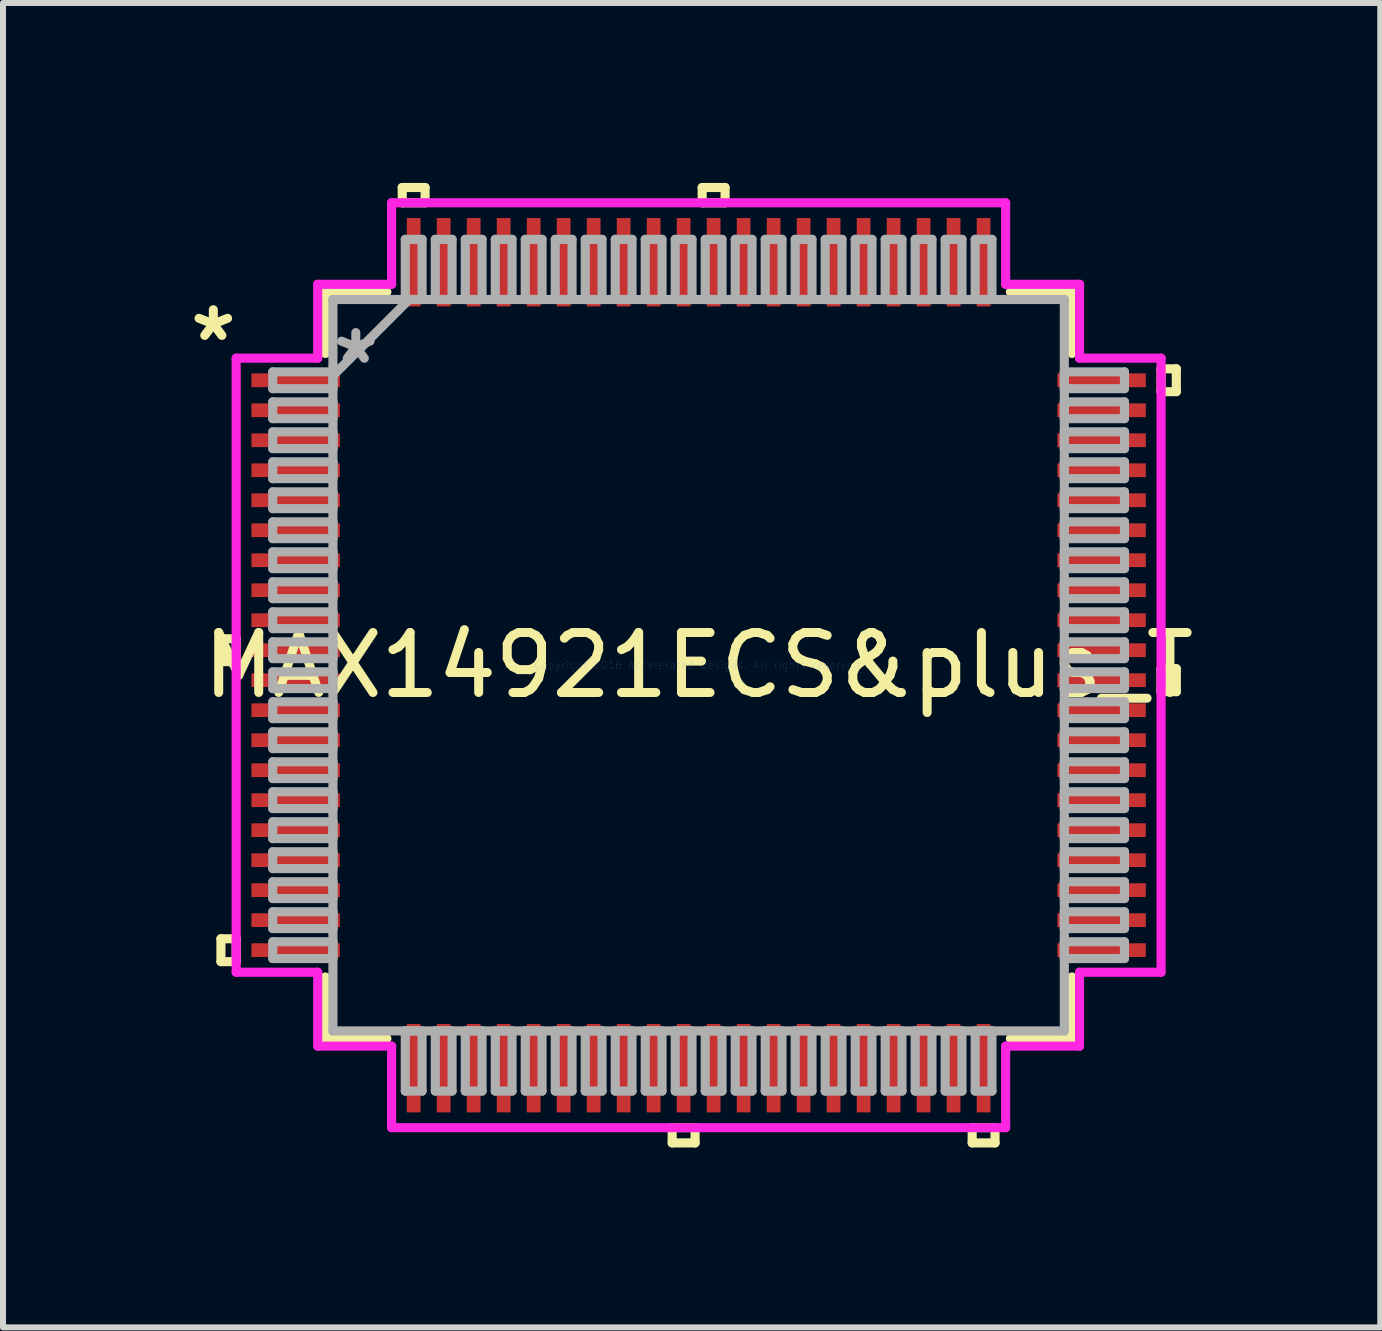
<source format=kicad_pcb>
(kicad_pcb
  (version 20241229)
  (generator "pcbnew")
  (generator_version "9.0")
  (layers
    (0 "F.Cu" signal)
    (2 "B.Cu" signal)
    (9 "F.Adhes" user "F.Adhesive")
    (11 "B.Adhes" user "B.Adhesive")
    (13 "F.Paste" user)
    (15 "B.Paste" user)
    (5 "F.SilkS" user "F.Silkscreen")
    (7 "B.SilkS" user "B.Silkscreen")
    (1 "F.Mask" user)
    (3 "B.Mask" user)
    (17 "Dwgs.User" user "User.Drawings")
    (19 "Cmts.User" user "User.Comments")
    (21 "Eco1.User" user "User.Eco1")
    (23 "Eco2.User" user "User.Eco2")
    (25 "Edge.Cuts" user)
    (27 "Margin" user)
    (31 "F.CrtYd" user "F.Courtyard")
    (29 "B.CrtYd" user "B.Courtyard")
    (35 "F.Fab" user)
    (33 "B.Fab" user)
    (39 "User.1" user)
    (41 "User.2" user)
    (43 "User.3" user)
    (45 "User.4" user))
  (footprint "MAX14921ECS&plus_T"
    (layer "F.Cu")
    (at 8.596 8.039)
    (property "Reference" "MAX14921ECS&plus_T" (at 0 0 0) (layer "F.SilkS") (effects (font (size 1 1) (thickness 0.15))))
    (attr through_hole)
    (fp_line (start -7.963 -0.441) (end -7.963 -0.059) (stroke (width 0.152) (type solid)) (layer "F.SilkS"))
    (fp_line (start -7.963 -0.059) (end -7.709 -0.059) (stroke (width 0.152) (type solid)) (layer "F.SilkS"))
    (fp_line (start -7.963 4.56) (end -7.963 4.941) (stroke (width 0.152) (type solid)) (layer "F.SilkS"))
    (fp_line (start -7.963 4.941) (end -7.709 4.941) (stroke (width 0.152) (type solid)) (layer "F.SilkS"))
    (fp_line (start -7.709 -0.441) (end -7.963 -0.441) (stroke (width 0.152) (type solid)) (layer "F.SilkS"))
    (fp_line (start -7.709 -0.059) (end -7.709 -0.441) (stroke (width 0.152) (type solid)) (layer "F.SilkS"))
    (fp_line (start -7.709 4.56) (end -7.963 4.56) (stroke (width 0.152) (type solid)) (layer "F.SilkS"))
    (fp_line (start -7.709 4.941) (end -7.709 4.56) (stroke (width 0.152) (type solid)) (layer "F.SilkS"))
    (fp_line (start -6.223 -6.223) (end -6.223 -5.197) (stroke (width 0.152) (type solid)) (layer "F.SilkS"))
    (fp_line (start -6.223 5.197) (end -6.223 6.223) (stroke (width 0.152) (type solid)) (layer "F.SilkS"))
    (fp_line (start -6.223 6.223) (end -5.197 6.223) (stroke (width 0.152) (type solid)) (layer "F.SilkS"))
    (fp_line (start -5.197 -6.223) (end -6.223 -6.223) (stroke (width 0.152) (type solid)) (layer "F.SilkS"))
    (fp_line (start -4.941 -7.963) (end -4.56 -7.963) (stroke (width 0.152) (type solid)) (layer "F.SilkS"))
    (fp_line (start -4.941 -7.709) (end -4.941 -7.963) (stroke (width 0.152) (type solid)) (layer "F.SilkS"))
    (fp_line (start -4.56 -7.963) (end -4.56 -7.709) (stroke (width 0.152) (type solid)) (layer "F.SilkS"))
    (fp_line (start -4.56 -7.709) (end -4.941 -7.709) (stroke (width 0.152) (type solid)) (layer "F.SilkS"))
    (fp_line (start -0.441 7.709) (end -0.441 7.963) (stroke (width 0.152) (type solid)) (layer "F.SilkS"))
    (fp_line (start -0.441 7.963) (end -0.059 7.963) (stroke (width 0.152) (type solid)) (layer "F.SilkS"))
    (fp_line (start -0.059 7.709) (end -0.441 7.709) (stroke (width 0.152) (type solid)) (layer "F.SilkS"))
    (fp_line (start -0.059 7.963) (end -0.059 7.709) (stroke (width 0.152) (type solid)) (layer "F.SilkS"))
    (fp_line (start 0.059 -7.963) (end 0.441 -7.963) (stroke (width 0.152) (type solid)) (layer "F.SilkS"))
    (fp_line (start 0.059 -7.709) (end 0.059 -7.963) (stroke (width 0.152) (type solid)) (layer "F.SilkS"))
    (fp_line (start 0.441 -7.963) (end 0.441 -7.709) (stroke (width 0.152) (type solid)) (layer "F.SilkS"))
    (fp_line (start 0.441 -7.709) (end 0.059 -7.709) (stroke (width 0.152) (type solid)) (layer "F.SilkS"))
    (fp_line (start 4.56 7.709) (end 4.56 7.963) (stroke (width 0.152) (type solid)) (layer "F.SilkS"))
    (fp_line (start 4.56 7.963) (end 4.941 7.963) (stroke (width 0.152) (type solid)) (layer "F.SilkS"))
    (fp_line (start 4.941 7.709) (end 4.56 7.709) (stroke (width 0.152) (type solid)) (layer "F.SilkS"))
    (fp_line (start 4.941 7.963) (end 4.941 7.709) (stroke (width 0.152) (type solid)) (layer "F.SilkS"))
    (fp_line (start 5.197 6.223) (end 6.223 6.223) (stroke (width 0.152) (type solid)) (layer "F.SilkS"))
    (fp_line (start 6.223 -6.223) (end 5.197 -6.223) (stroke (width 0.152) (type solid)) (layer "F.SilkS"))
    (fp_line (start 6.223 -5.197) (end 6.223 -6.223) (stroke (width 0.152) (type solid)) (layer "F.SilkS"))
    (fp_line (start 6.223 6.223) (end 6.223 5.197) (stroke (width 0.152) (type solid)) (layer "F.SilkS"))
    (fp_line (start 7.709 -4.941) (end 7.963 -4.941) (stroke (width 0.152) (type solid)) (layer "F.SilkS"))
    (fp_line (start 7.709 -4.56) (end 7.709 -4.941) (stroke (width 0.152) (type solid)) (layer "F.SilkS"))
    (fp_line (start 7.709 0.059) (end 7.963 0.059) (stroke (width 0.152) (type solid)) (layer "F.SilkS"))
    (fp_line (start 7.709 0.441) (end 7.709 0.059) (stroke (width 0.152) (type solid)) (layer "F.SilkS"))
    (fp_line (start 7.963 -4.941) (end 7.963 -4.56) (stroke (width 0.152) (type solid)) (layer "F.SilkS"))
    (fp_line (start 7.963 -4.56) (end 7.709 -4.56) (stroke (width 0.152) (type solid)) (layer "F.SilkS"))
    (fp_line (start 7.963 0.059) (end 7.963 0.441) (stroke (width 0.152) (type solid)) (layer "F.SilkS"))
    (fp_line (start 7.963 0.441) (end 7.709 0.441) (stroke (width 0.152) (type solid)) (layer "F.SilkS"))
    (fp_line (start -7.709 -5.118) (end -6.35 -5.118) (stroke (width 0.152) (type solid)) (layer "F.CrtYd"))
    (fp_line (start -7.709 5.118) (end -7.709 -5.118) (stroke (width 0.152) (type solid)) (layer "F.CrtYd"))
    (fp_line (start -6.35 -6.35) (end -5.118 -6.35) (stroke (width 0.152) (type solid)) (layer "F.CrtYd"))
    (fp_line (start -6.35 -5.118) (end -6.35 -6.35) (stroke (width 0.152) (type solid)) (layer "F.CrtYd"))
    (fp_line (start -6.35 5.118) (end -7.709 5.118) (stroke (width 0.152) (type solid)) (layer "F.CrtYd"))
    (fp_line (start -6.35 6.35) (end -6.35 5.118) (stroke (width 0.152) (type solid)) (layer "F.CrtYd"))
    (fp_line (start -5.118 -7.709) (end 5.118 -7.709) (stroke (width 0.152) (type solid)) (layer "F.CrtYd"))
    (fp_line (start -5.118 -6.35) (end -5.118 -7.709) (stroke (width 0.152) (type solid)) (layer "F.CrtYd"))
    (fp_line (start -5.118 6.35) (end -6.35 6.35) (stroke (width 0.152) (type solid)) (layer "F.CrtYd"))
    (fp_line (start -5.118 7.709) (end -5.118 6.35) (stroke (width 0.152) (type solid)) (layer "F.CrtYd"))
    (fp_line (start 5.118 -7.709) (end 5.118 -6.35) (stroke (width 0.152) (type solid)) (layer "F.CrtYd"))
    (fp_line (start 5.118 -6.35) (end 6.35 -6.35) (stroke (width 0.152) (type solid)) (layer "F.CrtYd"))
    (fp_line (start 5.118 6.35) (end 5.118 7.709) (stroke (width 0.152) (type solid)) (layer "F.CrtYd"))
    (fp_line (start 5.118 7.709) (end -5.118 7.709) (stroke (width 0.152) (type solid)) (layer "F.CrtYd"))
    (fp_line (start 6.35 -6.35) (end 6.35 -5.118) (stroke (width 0.152) (type solid)) (layer "F.CrtYd"))
    (fp_line (start 6.35 -5.118) (end 7.709 -5.118) (stroke (width 0.152) (type solid)) (layer "F.CrtYd"))
    (fp_line (start 6.35 5.118) (end 6.35 6.35) (stroke (width 0.152) (type solid)) (layer "F.CrtYd"))
    (fp_line (start 6.35 6.35) (end 5.118 6.35) (stroke (width 0.152) (type solid)) (layer "F.CrtYd"))
    (fp_line (start 7.709 -5.118) (end 7.709 5.118) (stroke (width 0.152) (type solid)) (layer "F.CrtYd"))
    (fp_line (start 7.709 5.118) (end 6.35 5.118) (stroke (width 0.152) (type solid)) (layer "F.CrtYd"))
    (fp_line (start -7.099 -4.89) (end -7.099 -4.61) (stroke (width 0.152) (type solid)) (layer "F.Fab"))
    (fp_line (start -7.099 -4.61) (end -6.096 -4.61) (stroke (width 0.152) (type solid)) (layer "F.Fab"))
    (fp_line (start -7.099 -4.39) (end -7.099 -4.11) (stroke (width 0.152) (type solid)) (layer "F.Fab"))
    (fp_line (start -7.099 -4.11) (end -6.096 -4.11) (stroke (width 0.152) (type solid)) (layer "F.Fab"))
    (fp_line (start -7.099 -3.89) (end -7.099 -3.61) (stroke (width 0.152) (type solid)) (layer "F.Fab"))
    (fp_line (start -7.099 -3.61) (end -6.096 -3.61) (stroke (width 0.152) (type solid)) (layer "F.Fab"))
    (fp_line (start -7.099 -3.39) (end -7.099 -3.11) (stroke (width 0.152) (type solid)) (layer "F.Fab"))
    (fp_line (start -7.099 -3.11) (end -6.096 -3.11) (stroke (width 0.152) (type solid)) (layer "F.Fab"))
    (fp_line (start -7.099 -2.89) (end -7.099 -2.61) (stroke (width 0.152) (type solid)) (layer "F.Fab"))
    (fp_line (start -7.099 -2.61) (end -6.096 -2.61) (stroke (width 0.152) (type solid)) (layer "F.Fab"))
    (fp_line (start -7.099 -2.39) (end -7.099 -2.11) (stroke (width 0.152) (type solid)) (layer "F.Fab"))
    (fp_line (start -7.099 -2.11) (end -6.096 -2.11) (stroke (width 0.152) (type solid)) (layer "F.Fab"))
    (fp_line (start -7.099 -1.89) (end -7.099 -1.61) (stroke (width 0.152) (type solid)) (layer "F.Fab"))
    (fp_line (start -7.099 -1.61) (end -6.096 -1.61) (stroke (width 0.152) (type solid)) (layer "F.Fab"))
    (fp_line (start -7.099 -1.39) (end -7.099 -1.11) (stroke (width 0.152) (type solid)) (layer "F.Fab"))
    (fp_line (start -7.099 -1.11) (end -6.096 -1.11) (stroke (width 0.152) (type solid)) (layer "F.Fab"))
    (fp_line (start -7.099 -0.89) (end -7.099 -0.61) (stroke (width 0.152) (type solid)) (layer "F.Fab"))
    (fp_line (start -7.099 -0.61) (end -6.096 -0.61) (stroke (width 0.152) (type solid)) (layer "F.Fab"))
    (fp_line (start -7.099 -0.39) (end -7.099 -0.11) (stroke (width 0.152) (type solid)) (layer "F.Fab"))
    (fp_line (start -7.099 -0.11) (end -6.096 -0.11) (stroke (width 0.152) (type solid)) (layer "F.Fab"))
    (fp_line (start -7.099 0.11) (end -7.099 0.39) (stroke (width 0.152) (type solid)) (layer "F.Fab"))
    (fp_line (start -7.099 0.39) (end -6.096 0.39) (stroke (width 0.152) (type solid)) (layer "F.Fab"))
    (fp_line (start -7.099 0.61) (end -7.099 0.89) (stroke (width 0.152) (type solid)) (layer "F.Fab"))
    (fp_line (start -7.099 0.89) (end -6.096 0.89) (stroke (width 0.152) (type solid)) (layer "F.Fab"))
    (fp_line (start -7.099 1.11) (end -7.099 1.39) (stroke (width 0.152) (type solid)) (layer "F.Fab"))
    (fp_line (start -7.099 1.39) (end -6.096 1.39) (stroke (width 0.152) (type solid)) (layer "F.Fab"))
    (fp_line (start -7.099 1.61) (end -7.099 1.89) (stroke (width 0.152) (type solid)) (layer "F.Fab"))
    (fp_line (start -7.099 1.89) (end -6.096 1.89) (stroke (width 0.152) (type solid)) (layer "F.Fab"))
    (fp_line (start -7.099 2.11) (end -7.099 2.39) (stroke (width 0.152) (type solid)) (layer "F.Fab"))
    (fp_line (start -7.099 2.39) (end -6.096 2.39) (stroke (width 0.152) (type solid)) (layer "F.Fab"))
    (fp_line (start -7.099 2.61) (end -7.099 2.89) (stroke (width 0.152) (type solid)) (layer "F.Fab"))
    (fp_line (start -7.099 2.89) (end -6.096 2.89) (stroke (width 0.152) (type solid)) (layer "F.Fab"))
    (fp_line (start -7.099 3.11) (end -7.099 3.39) (stroke (width 0.152) (type solid)) (layer "F.Fab"))
    (fp_line (start -7.099 3.39) (end -6.096 3.39) (stroke (width 0.152) (type solid)) (layer "F.Fab"))
    (fp_line (start -7.099 3.61) (end -7.099 3.89) (stroke (width 0.152) (type solid)) (layer "F.Fab"))
    (fp_line (start -7.099 3.89) (end -6.096 3.89) (stroke (width 0.152) (type solid)) (layer "F.Fab"))
    (fp_line (start -7.099 4.11) (end -7.099 4.39) (stroke (width 0.152) (type solid)) (layer "F.Fab"))
    (fp_line (start -7.099 4.39) (end -6.096 4.39) (stroke (width 0.152) (type solid)) (layer "F.Fab"))
    (fp_line (start -7.099 4.61) (end -7.099 4.89) (stroke (width 0.152) (type solid)) (layer "F.Fab"))
    (fp_line (start -7.099 4.89) (end -6.096 4.89) (stroke (width 0.152) (type solid)) (layer "F.Fab"))
    (fp_line (start -6.096 -6.096) (end -6.096 -6.096) (stroke (width 0.152) (type solid)) (layer "F.Fab"))
    (fp_line (start -6.096 -6.096) (end -6.096 6.096) (stroke (width 0.152) (type solid)) (layer "F.Fab"))
    (fp_line (start -6.096 -4.89) (end -7.099 -4.89) (stroke (width 0.152) (type solid)) (layer "F.Fab"))
    (fp_line (start -6.096 -4.826) (end -4.826 -6.096) (stroke (width 0.152) (type solid)) (layer "F.Fab"))
    (fp_line (start -6.096 -4.61) (end -6.096 -4.89) (stroke (width 0.152) (type solid)) (layer "F.Fab"))
    (fp_line (start -6.096 -4.39) (end -7.099 -4.39) (stroke (width 0.152) (type solid)) (layer "F.Fab"))
    (fp_line (start -6.096 -4.11) (end -6.096 -4.39) (stroke (width 0.152) (type solid)) (layer "F.Fab"))
    (fp_line (start -6.096 -3.89) (end -7.099 -3.89) (stroke (width 0.152) (type solid)) (layer "F.Fab"))
    (fp_line (start -6.096 -3.61) (end -6.096 -3.89) (stroke (width 0.152) (type solid)) (layer "F.Fab"))
    (fp_line (start -6.096 -3.39) (end -7.099 -3.39) (stroke (width 0.152) (type solid)) (layer "F.Fab"))
    (fp_line (start -6.096 -3.11) (end -6.096 -3.39) (stroke (width 0.152) (type solid)) (layer "F.Fab"))
    (fp_line (start -6.096 -2.89) (end -7.099 -2.89) (stroke (width 0.152) (type solid)) (layer "F.Fab"))
    (fp_line (start -6.096 -2.61) (end -6.096 -2.89) (stroke (width 0.152) (type solid)) (layer "F.Fab"))
    (fp_line (start -6.096 -2.39) (end -7.099 -2.39) (stroke (width 0.152) (type solid)) (layer "F.Fab"))
    (fp_line (start -6.096 -2.11) (end -6.096 -2.39) (stroke (width 0.152) (type solid)) (layer "F.Fab"))
    (fp_line (start -6.096 -1.89) (end -7.099 -1.89) (stroke (width 0.152) (type solid)) (layer "F.Fab"))
    (fp_line (start -6.096 -1.61) (end -6.096 -1.89) (stroke (width 0.152) (type solid)) (layer "F.Fab"))
    (fp_line (start -6.096 -1.39) (end -7.099 -1.39) (stroke (width 0.152) (type solid)) (layer "F.Fab"))
    (fp_line (start -6.096 -1.11) (end -6.096 -1.39) (stroke (width 0.152) (type solid)) (layer "F.Fab"))
    (fp_line (start -6.096 -0.89) (end -7.099 -0.89) (stroke (width 0.152) (type solid)) (layer "F.Fab"))
    (fp_line (start -6.096 -0.61) (end -6.096 -0.89) (stroke (width 0.152) (type solid)) (layer "F.Fab"))
    (fp_line (start -6.096 -0.39) (end -7.099 -0.39) (stroke (width 0.152) (type solid)) (layer "F.Fab"))
    (fp_line (start -6.096 -0.11) (end -6.096 -0.39) (stroke (width 0.152) (type solid)) (layer "F.Fab"))
    (fp_line (start -6.096 0.11) (end -7.099 0.11) (stroke (width 0.152) (type solid)) (layer "F.Fab"))
    (fp_line (start -6.096 0.39) (end -6.096 0.11) (stroke (width 0.152) (type solid)) (layer "F.Fab"))
    (fp_line (start -6.096 0.61) (end -7.099 0.61) (stroke (width 0.152) (type solid)) (layer "F.Fab"))
    (fp_line (start -6.096 0.89) (end -6.096 0.61) (stroke (width 0.152) (type solid)) (layer "F.Fab"))
    (fp_line (start -6.096 1.11) (end -7.099 1.11) (stroke (width 0.152) (type solid)) (layer "F.Fab"))
    (fp_line (start -6.096 1.39) (end -6.096 1.11) (stroke (width 0.152) (type solid)) (layer "F.Fab"))
    (fp_line (start -6.096 1.61) (end -7.099 1.61) (stroke (width 0.152) (type solid)) (layer "F.Fab"))
    (fp_line (start -6.096 1.89) (end -6.096 1.61) (stroke (width 0.152) (type solid)) (layer "F.Fab"))
    (fp_line (start -6.096 2.11) (end -7.099 2.11) (stroke (width 0.152) (type solid)) (layer "F.Fab"))
    (fp_line (start -6.096 2.39) (end -6.096 2.11) (stroke (width 0.152) (type solid)) (layer "F.Fab"))
    (fp_line (start -6.096 2.61) (end -7.099 2.61) (stroke (width 0.152) (type solid)) (layer "F.Fab"))
    (fp_line (start -6.096 2.89) (end -6.096 2.61) (stroke (width 0.152) (type solid)) (layer "F.Fab"))
    (fp_line (start -6.096 3.11) (end -7.099 3.11) (stroke (width 0.152) (type solid)) (layer "F.Fab"))
    (fp_line (start -6.096 3.39) (end -6.096 3.11) (stroke (width 0.152) (type solid)) (layer "F.Fab"))
    (fp_line (start -6.096 3.61) (end -7.099 3.61) (stroke (width 0.152) (type solid)) (layer "F.Fab"))
    (fp_line (start -6.096 3.89) (end -6.096 3.61) (stroke (width 0.152) (type solid)) (layer "F.Fab"))
    (fp_line (start -6.096 4.11) (end -7.099 4.11) (stroke (width 0.152) (type solid)) (layer "F.Fab"))
    (fp_line (start -6.096 4.39) (end -6.096 4.11) (stroke (width 0.152) (type solid)) (layer "F.Fab"))
    (fp_line (start -6.096 4.61) (end -7.099 4.61) (stroke (width 0.152) (type solid)) (layer "F.Fab"))
    (fp_line (start -6.096 4.89) (end -6.096 4.61) (stroke (width 0.152) (type solid)) (layer "F.Fab"))
    (fp_line (start -6.096 6.096) (end -6.096 6.096) (stroke (width 0.152) (type solid)) (layer "F.Fab"))
    (fp_line (start -6.096 6.096) (end 6.096 6.096) (stroke (width 0.152) (type solid)) (layer "F.Fab"))
    (fp_line (start -4.89 -7.099) (end -4.89 -6.096) (stroke (width 0.152) (type solid)) (layer "F.Fab"))
    (fp_line (start -4.89 -6.096) (end -4.61 -6.096) (stroke (width 0.152) (type solid)) (layer "F.Fab"))
    (fp_line (start -4.89 6.096) (end -4.89 7.099) (stroke (width 0.152) (type solid)) (layer "F.Fab"))
    (fp_line (start -4.89 7.099) (end -4.61 7.099) (stroke (width 0.152) (type solid)) (layer "F.Fab"))
    (fp_line (start -4.61 -7.099) (end -4.89 -7.099) (stroke (width 0.152) (type solid)) (layer "F.Fab"))
    (fp_line (start -4.61 -6.096) (end -4.61 -7.099) (stroke (width 0.152) (type solid)) (layer "F.Fab"))
    (fp_line (start -4.61 6.096) (end -4.89 6.096) (stroke (width 0.152) (type solid)) (layer "F.Fab"))
    (fp_line (start -4.61 7.099) (end -4.61 6.096) (stroke (width 0.152) (type solid)) (layer "F.Fab"))
    (fp_line (start -4.39 -7.099) (end -4.39 -6.096) (stroke (width 0.152) (type solid)) (layer "F.Fab"))
    (fp_line (start -4.39 -6.096) (end -4.11 -6.096) (stroke (width 0.152) (type solid)) (layer "F.Fab"))
    (fp_line (start -4.39 6.096) (end -4.39 7.099) (stroke (width 0.152) (type solid)) (layer "F.Fab"))
    (fp_line (start -4.39 7.099) (end -4.11 7.099) (stroke (width 0.152) (type solid)) (layer "F.Fab"))
    (fp_line (start -4.11 -7.099) (end -4.39 -7.099) (stroke (width 0.152) (type solid)) (layer "F.Fab"))
    (fp_line (start -4.11 -6.096) (end -4.11 -7.099) (stroke (width 0.152) (type solid)) (layer "F.Fab"))
    (fp_line (start -4.11 6.096) (end -4.39 6.096) (stroke (width 0.152) (type solid)) (layer "F.Fab"))
    (fp_line (start -4.11 7.099) (end -4.11 6.096) (stroke (width 0.152) (type solid)) (layer "F.Fab"))
    (fp_line (start -3.89 -7.099) (end -3.89 -6.096) (stroke (width 0.152) (type solid)) (layer "F.Fab"))
    (fp_line (start -3.89 -6.096) (end -3.61 -6.096) (stroke (width 0.152) (type solid)) (layer "F.Fab"))
    (fp_line (start -3.89 6.096) (end -3.89 7.099) (stroke (width 0.152) (type solid)) (layer "F.Fab"))
    (fp_line (start -3.89 7.099) (end -3.61 7.099) (stroke (width 0.152) (type solid)) (layer "F.Fab"))
    (fp_line (start -3.61 -7.099) (end -3.89 -7.099) (stroke (width 0.152) (type solid)) (layer "F.Fab"))
    (fp_line (start -3.61 -6.096) (end -3.61 -7.099) (stroke (width 0.152) (type solid)) (layer "F.Fab"))
    (fp_line (start -3.61 6.096) (end -3.89 6.096) (stroke (width 0.152) (type solid)) (layer "F.Fab"))
    (fp_line (start -3.61 7.099) (end -3.61 6.096) (stroke (width 0.152) (type solid)) (layer "F.Fab"))
    (fp_line (start -3.39 -7.099) (end -3.39 -6.096) (stroke (width 0.152) (type solid)) (layer "F.Fab"))
    (fp_line (start -3.39 -6.096) (end -3.11 -6.096) (stroke (width 0.152) (type solid)) (layer "F.Fab"))
    (fp_line (start -3.39 6.096) (end -3.39 7.099) (stroke (width 0.152) (type solid)) (layer "F.Fab"))
    (fp_line (start -3.39 7.099) (end -3.11 7.099) (stroke (width 0.152) (type solid)) (layer "F.Fab"))
    (fp_line (start -3.11 -7.099) (end -3.39 -7.099) (stroke (width 0.152) (type solid)) (layer "F.Fab"))
    (fp_line (start -3.11 -6.096) (end -3.11 -7.099) (stroke (width 0.152) (type solid)) (layer "F.Fab"))
    (fp_line (start -3.11 6.096) (end -3.39 6.096) (stroke (width 0.152) (type solid)) (layer "F.Fab"))
    (fp_line (start -3.11 7.099) (end -3.11 6.096) (stroke (width 0.152) (type solid)) (layer "F.Fab"))
    (fp_line (start -2.89 -7.099) (end -2.89 -6.096) (stroke (width 0.152) (type solid)) (layer "F.Fab"))
    (fp_line (start -2.89 -6.096) (end -2.61 -6.096) (stroke (width 0.152) (type solid)) (layer "F.Fab"))
    (fp_line (start -2.89 6.096) (end -2.89 7.099) (stroke (width 0.152) (type solid)) (layer "F.Fab"))
    (fp_line (start -2.89 7.099) (end -2.61 7.099) (stroke (width 0.152) (type solid)) (layer "F.Fab"))
    (fp_line (start -2.61 -7.099) (end -2.89 -7.099) (stroke (width 0.152) (type solid)) (layer "F.Fab"))
    (fp_line (start -2.61 -6.096) (end -2.61 -7.099) (stroke (width 0.152) (type solid)) (layer "F.Fab"))
    (fp_line (start -2.61 6.096) (end -2.89 6.096) (stroke (width 0.152) (type solid)) (layer "F.Fab"))
    (fp_line (start -2.61 7.099) (end -2.61 6.096) (stroke (width 0.152) (type solid)) (layer "F.Fab"))
    (fp_line (start -2.39 -7.099) (end -2.39 -6.096) (stroke (width 0.152) (type solid)) (layer "F.Fab"))
    (fp_line (start -2.39 -6.096) (end -2.11 -6.096) (stroke (width 0.152) (type solid)) (layer "F.Fab"))
    (fp_line (start -2.39 6.096) (end -2.39 7.099) (stroke (width 0.152) (type solid)) (layer "F.Fab"))
    (fp_line (start -2.39 7.099) (end -2.11 7.099) (stroke (width 0.152) (type solid)) (layer "F.Fab"))
    (fp_line (start -2.11 -7.099) (end -2.39 -7.099) (stroke (width 0.152) (type solid)) (layer "F.Fab"))
    (fp_line (start -2.11 -6.096) (end -2.11 -7.099) (stroke (width 0.152) (type solid)) (layer "F.Fab"))
    (fp_line (start -2.11 6.096) (end -2.39 6.096) (stroke (width 0.152) (type solid)) (layer "F.Fab"))
    (fp_line (start -2.11 7.099) (end -2.11 6.096) (stroke (width 0.152) (type solid)) (layer "F.Fab"))
    (fp_line (start -1.89 -7.099) (end -1.89 -6.096) (stroke (width 0.152) (type solid)) (layer "F.Fab"))
    (fp_line (start -1.89 -6.096) (end -1.61 -6.096) (stroke (width 0.152) (type solid)) (layer "F.Fab"))
    (fp_line (start -1.89 6.096) (end -1.89 7.099) (stroke (width 0.152) (type solid)) (layer "F.Fab"))
    (fp_line (start -1.89 7.099) (end -1.61 7.099) (stroke (width 0.152) (type solid)) (layer "F.Fab"))
    (fp_line (start -1.61 -7.099) (end -1.89 -7.099) (stroke (width 0.152) (type solid)) (layer "F.Fab"))
    (fp_line (start -1.61 -6.096) (end -1.61 -7.099) (stroke (width 0.152) (type solid)) (layer "F.Fab"))
    (fp_line (start -1.61 6.096) (end -1.89 6.096) (stroke (width 0.152) (type solid)) (layer "F.Fab"))
    (fp_line (start -1.61 7.099) (end -1.61 6.096) (stroke (width 0.152) (type solid)) (layer "F.Fab"))
    (fp_line (start -1.39 -7.099) (end -1.39 -6.096) (stroke (width 0.152) (type solid)) (layer "F.Fab"))
    (fp_line (start -1.39 -6.096) (end -1.11 -6.096) (stroke (width 0.152) (type solid)) (layer "F.Fab"))
    (fp_line (start -1.39 6.096) (end -1.39 7.099) (stroke (width 0.152) (type solid)) (layer "F.Fab"))
    (fp_line (start -1.39 7.099) (end -1.11 7.099) (stroke (width 0.152) (type solid)) (layer "F.Fab"))
    (fp_line (start -1.11 -7.099) (end -1.39 -7.099) (stroke (width 0.152) (type solid)) (layer "F.Fab"))
    (fp_line (start -1.11 -6.096) (end -1.11 -7.099) (stroke (width 0.152) (type solid)) (layer "F.Fab"))
    (fp_line (start -1.11 6.096) (end -1.39 6.096) (stroke (width 0.152) (type solid)) (layer "F.Fab"))
    (fp_line (start -1.11 7.099) (end -1.11 6.096) (stroke (width 0.152) (type solid)) (layer "F.Fab"))
    (fp_line (start -0.89 -7.099) (end -0.89 -6.096) (stroke (width 0.152) (type solid)) (layer "F.Fab"))
    (fp_line (start -0.89 -6.096) (end -0.61 -6.096) (stroke (width 0.152) (type solid)) (layer "F.Fab"))
    (fp_line (start -0.89 6.096) (end -0.89 7.099) (stroke (width 0.152) (type solid)) (layer "F.Fab"))
    (fp_line (start -0.89 7.099) (end -0.61 7.099) (stroke (width 0.152) (type solid)) (layer "F.Fab"))
    (fp_line (start -0.61 -7.099) (end -0.89 -7.099) (stroke (width 0.152) (type solid)) (layer "F.Fab"))
    (fp_line (start -0.61 -6.096) (end -0.61 -7.099) (stroke (width 0.152) (type solid)) (layer "F.Fab"))
    (fp_line (start -0.61 6.096) (end -0.89 6.096) (stroke (width 0.152) (type solid)) (layer "F.Fab"))
    (fp_line (start -0.61 7.099) (end -0.61 6.096) (stroke (width 0.152) (type solid)) (layer "F.Fab"))
    (fp_line (start -0.39 -7.099) (end -0.39 -6.096) (stroke (width 0.152) (type solid)) (layer "F.Fab"))
    (fp_line (start -0.39 -6.096) (end -0.11 -6.096) (stroke (width 0.152) (type solid)) (layer "F.Fab"))
    (fp_line (start -0.39 6.096) (end -0.39 7.099) (stroke (width 0.152) (type solid)) (layer "F.Fab"))
    (fp_line (start -0.39 7.099) (end -0.11 7.099) (stroke (width 0.152) (type solid)) (layer "F.Fab"))
    (fp_line (start -0.11 -7.099) (end -0.39 -7.099) (stroke (width 0.152) (type solid)) (layer "F.Fab"))
    (fp_line (start -0.11 -6.096) (end -0.11 -7.099) (stroke (width 0.152) (type solid)) (layer "F.Fab"))
    (fp_line (start -0.11 6.096) (end -0.39 6.096) (stroke (width 0.152) (type solid)) (layer "F.Fab"))
    (fp_line (start -0.11 7.099) (end -0.11 6.096) (stroke (width 0.152) (type solid)) (layer "F.Fab"))
    (fp_line (start 0.11 -7.099) (end 0.11 -6.096) (stroke (width 0.152) (type solid)) (layer "F.Fab"))
    (fp_line (start 0.11 -6.096) (end 0.39 -6.096) (stroke (width 0.152) (type solid)) (layer "F.Fab"))
    (fp_line (start 0.11 6.096) (end 0.11 7.099) (stroke (width 0.152) (type solid)) (layer "F.Fab"))
    (fp_line (start 0.11 7.099) (end 0.39 7.099) (stroke (width 0.152) (type solid)) (layer "F.Fab"))
    (fp_line (start 0.39 -7.099) (end 0.11 -7.099) (stroke (width 0.152) (type solid)) (layer "F.Fab"))
    (fp_line (start 0.39 -6.096) (end 0.39 -7.099) (stroke (width 0.152) (type solid)) (layer "F.Fab"))
    (fp_line (start 0.39 6.096) (end 0.11 6.096) (stroke (width 0.152) (type solid)) (layer "F.Fab"))
    (fp_line (start 0.39 7.099) (end 0.39 6.096) (stroke (width 0.152) (type solid)) (layer "F.Fab"))
    (fp_line (start 0.61 -7.099) (end 0.61 -6.096) (stroke (width 0.152) (type solid)) (layer "F.Fab"))
    (fp_line (start 0.61 -6.096) (end 0.89 -6.096) (stroke (width 0.152) (type solid)) (layer "F.Fab"))
    (fp_line (start 0.61 6.096) (end 0.61 7.099) (stroke (width 0.152) (type solid)) (layer "F.Fab"))
    (fp_line (start 0.61 7.099) (end 0.89 7.099) (stroke (width 0.152) (type solid)) (layer "F.Fab"))
    (fp_line (start 0.89 -7.099) (end 0.61 -7.099) (stroke (width 0.152) (type solid)) (layer "F.Fab"))
    (fp_line (start 0.89 -6.096) (end 0.89 -7.099) (stroke (width 0.152) (type solid)) (layer "F.Fab"))
    (fp_line (start 0.89 6.096) (end 0.61 6.096) (stroke (width 0.152) (type solid)) (layer "F.Fab"))
    (fp_line (start 0.89 7.099) (end 0.89 6.096) (stroke (width 0.152) (type solid)) (layer "F.Fab"))
    (fp_line (start 1.11 -7.099) (end 1.11 -6.096) (stroke (width 0.152) (type solid)) (layer "F.Fab"))
    (fp_line (start 1.11 -6.096) (end 1.39 -6.096) (stroke (width 0.152) (type solid)) (layer "F.Fab"))
    (fp_line (start 1.11 6.096) (end 1.11 7.099) (stroke (width 0.152) (type solid)) (layer "F.Fab"))
    (fp_line (start 1.11 7.099) (end 1.39 7.099) (stroke (width 0.152) (type solid)) (layer "F.Fab"))
    (fp_line (start 1.39 -7.099) (end 1.11 -7.099) (stroke (width 0.152) (type solid)) (layer "F.Fab"))
    (fp_line (start 1.39 -6.096) (end 1.39 -7.099) (stroke (width 0.152) (type solid)) (layer "F.Fab"))
    (fp_line (start 1.39 6.096) (end 1.11 6.096) (stroke (width 0.152) (type solid)) (layer "F.Fab"))
    (fp_line (start 1.39 7.099) (end 1.39 6.096) (stroke (width 0.152) (type solid)) (layer "F.Fab"))
    (fp_line (start 1.61 -7.099) (end 1.61 -6.096) (stroke (width 0.152) (type solid)) (layer "F.Fab"))
    (fp_line (start 1.61 -6.096) (end 1.89 -6.096) (stroke (width 0.152) (type solid)) (layer "F.Fab"))
    (fp_line (start 1.61 6.096) (end 1.61 7.099) (stroke (width 0.152) (type solid)) (layer "F.Fab"))
    (fp_line (start 1.61 7.099) (end 1.89 7.099) (stroke (width 0.152) (type solid)) (layer "F.Fab"))
    (fp_line (start 1.89 -7.099) (end 1.61 -7.099) (stroke (width 0.152) (type solid)) (layer "F.Fab"))
    (fp_line (start 1.89 -6.096) (end 1.89 -7.099) (stroke (width 0.152) (type solid)) (layer "F.Fab"))
    (fp_line (start 1.89 6.096) (end 1.61 6.096) (stroke (width 0.152) (type solid)) (layer "F.Fab"))
    (fp_line (start 1.89 7.099) (end 1.89 6.096) (stroke (width 0.152) (type solid)) (layer "F.Fab"))
    (fp_line (start 2.11 -7.099) (end 2.11 -6.096) (stroke (width 0.152) (type solid)) (layer "F.Fab"))
    (fp_line (start 2.11 -6.096) (end 2.39 -6.096) (stroke (width 0.152) (type solid)) (layer "F.Fab"))
    (fp_line (start 2.11 6.096) (end 2.11 7.099) (stroke (width 0.152) (type solid)) (layer "F.Fab"))
    (fp_line (start 2.11 7.099) (end 2.39 7.099) (stroke (width 0.152) (type solid)) (layer "F.Fab"))
    (fp_line (start 2.39 -7.099) (end 2.11 -7.099) (stroke (width 0.152) (type solid)) (layer "F.Fab"))
    (fp_line (start 2.39 -6.096) (end 2.39 -7.099) (stroke (width 0.152) (type solid)) (layer "F.Fab"))
    (fp_line (start 2.39 6.096) (end 2.11 6.096) (stroke (width 0.152) (type solid)) (layer "F.Fab"))
    (fp_line (start 2.39 7.099) (end 2.39 6.096) (stroke (width 0.152) (type solid)) (layer "F.Fab"))
    (fp_line (start 2.61 -7.099) (end 2.61 -6.096) (stroke (width 0.152) (type solid)) (layer "F.Fab"))
    (fp_line (start 2.61 -6.096) (end 2.89 -6.096) (stroke (width 0.152) (type solid)) (layer "F.Fab"))
    (fp_line (start 2.61 6.096) (end 2.61 7.099) (stroke (width 0.152) (type solid)) (layer "F.Fab"))
    (fp_line (start 2.61 7.099) (end 2.89 7.099) (stroke (width 0.152) (type solid)) (layer "F.Fab"))
    (fp_line (start 2.89 -7.099) (end 2.61 -7.099) (stroke (width 0.152) (type solid)) (layer "F.Fab"))
    (fp_line (start 2.89 -6.096) (end 2.89 -7.099) (stroke (width 0.152) (type solid)) (layer "F.Fab"))
    (fp_line (start 2.89 6.096) (end 2.61 6.096) (stroke (width 0.152) (type solid)) (layer "F.Fab"))
    (fp_line (start 2.89 7.099) (end 2.89 6.096) (stroke (width 0.152) (type solid)) (layer "F.Fab"))
    (fp_line (start 3.11 -7.099) (end 3.11 -6.096) (stroke (width 0.152) (type solid)) (layer "F.Fab"))
    (fp_line (start 3.11 -6.096) (end 3.39 -6.096) (stroke (width 0.152) (type solid)) (layer "F.Fab"))
    (fp_line (start 3.11 6.096) (end 3.11 7.099) (stroke (width 0.152) (type solid)) (layer "F.Fab"))
    (fp_line (start 3.11 7.099) (end 3.39 7.099) (stroke (width 0.152) (type solid)) (layer "F.Fab"))
    (fp_line (start 3.39 -7.099) (end 3.11 -7.099) (stroke (width 0.152) (type solid)) (layer "F.Fab"))
    (fp_line (start 3.39 -6.096) (end 3.39 -7.099) (stroke (width 0.152) (type solid)) (layer "F.Fab"))
    (fp_line (start 3.39 6.096) (end 3.11 6.096) (stroke (width 0.152) (type solid)) (layer "F.Fab"))
    (fp_line (start 3.39 7.099) (end 3.39 6.096) (stroke (width 0.152) (type solid)) (layer "F.Fab"))
    (fp_line (start 3.61 -7.099) (end 3.61 -6.096) (stroke (width 0.152) (type solid)) (layer "F.Fab"))
    (fp_line (start 3.61 -6.096) (end 3.89 -6.096) (stroke (width 0.152) (type solid)) (layer "F.Fab"))
    (fp_line (start 3.61 6.096) (end 3.61 7.099) (stroke (width 0.152) (type solid)) (layer "F.Fab"))
    (fp_line (start 3.61 7.099) (end 3.89 7.099) (stroke (width 0.152) (type solid)) (layer "F.Fab"))
    (fp_line (start 3.89 -7.099) (end 3.61 -7.099) (stroke (width 0.152) (type solid)) (layer "F.Fab"))
    (fp_line (start 3.89 -6.096) (end 3.89 -7.099) (stroke (width 0.152) (type solid)) (layer "F.Fab"))
    (fp_line (start 3.89 6.096) (end 3.61 6.096) (stroke (width 0.152) (type solid)) (layer "F.Fab"))
    (fp_line (start 3.89 7.099) (end 3.89 6.096) (stroke (width 0.152) (type solid)) (layer "F.Fab"))
    (fp_line (start 4.11 -7.099) (end 4.11 -6.096) (stroke (width 0.152) (type solid)) (layer "F.Fab"))
    (fp_line (start 4.11 -6.096) (end 4.39 -6.096) (stroke (width 0.152) (type solid)) (layer "F.Fab"))
    (fp_line (start 4.11 6.096) (end 4.11 7.099) (stroke (width 0.152) (type solid)) (layer "F.Fab"))
    (fp_line (start 4.11 7.099) (end 4.39 7.099) (stroke (width 0.152) (type solid)) (layer "F.Fab"))
    (fp_line (start 4.39 -7.099) (end 4.11 -7.099) (stroke (width 0.152) (type solid)) (layer "F.Fab"))
    (fp_line (start 4.39 -6.096) (end 4.39 -7.099) (stroke (width 0.152) (type solid)) (layer "F.Fab"))
    (fp_line (start 4.39 6.096) (end 4.11 6.096) (stroke (width 0.152) (type solid)) (layer "F.Fab"))
    (fp_line (start 4.39 7.099) (end 4.39 6.096) (stroke (width 0.152) (type solid)) (layer "F.Fab"))
    (fp_line (start 4.61 -7.099) (end 4.61 -6.096) (stroke (width 0.152) (type solid)) (layer "F.Fab"))
    (fp_line (start 4.61 -6.096) (end 4.89 -6.096) (stroke (width 0.152) (type solid)) (layer "F.Fab"))
    (fp_line (start 4.61 6.096) (end 4.61 7.099) (stroke (width 0.152) (type solid)) (layer "F.Fab"))
    (fp_line (start 4.61 7.099) (end 4.89 7.099) (stroke (width 0.152) (type solid)) (layer "F.Fab"))
    (fp_line (start 4.89 -7.099) (end 4.61 -7.099) (stroke (width 0.152) (type solid)) (layer "F.Fab"))
    (fp_line (start 4.89 -6.096) (end 4.89 -7.099) (stroke (width 0.152) (type solid)) (layer "F.Fab"))
    (fp_line (start 4.89 6.096) (end 4.61 6.096) (stroke (width 0.152) (type solid)) (layer "F.Fab"))
    (fp_line (start 4.89 7.099) (end 4.89 6.096) (stroke (width 0.152) (type solid)) (layer "F.Fab"))
    (fp_line (start 6.096 -6.096) (end -6.096 -6.096) (stroke (width 0.152) (type solid)) (layer "F.Fab"))
    (fp_line (start 6.096 -6.096) (end 6.096 -6.096) (stroke (width 0.152) (type solid)) (layer "F.Fab"))
    (fp_line (start 6.096 -4.89) (end 6.096 -4.61) (stroke (width 0.152) (type solid)) (layer "F.Fab"))
    (fp_line (start 6.096 -4.61) (end 7.099 -4.61) (stroke (width 0.152) (type solid)) (layer "F.Fab"))
    (fp_line (start 6.096 -4.39) (end 6.096 -4.11) (stroke (width 0.152) (type solid)) (layer "F.Fab"))
    (fp_line (start 6.096 -4.11) (end 7.099 -4.11) (stroke (width 0.152) (type solid)) (layer "F.Fab"))
    (fp_line (start 6.096 -3.89) (end 6.096 -3.61) (stroke (width 0.152) (type solid)) (layer "F.Fab"))
    (fp_line (start 6.096 -3.61) (end 7.099 -3.61) (stroke (width 0.152) (type solid)) (layer "F.Fab"))
    (fp_line (start 6.096 -3.39) (end 6.096 -3.11) (stroke (width 0.152) (type solid)) (layer "F.Fab"))
    (fp_line (start 6.096 -3.11) (end 7.099 -3.11) (stroke (width 0.152) (type solid)) (layer "F.Fab"))
    (fp_line (start 6.096 -2.89) (end 6.096 -2.61) (stroke (width 0.152) (type solid)) (layer "F.Fab"))
    (fp_line (start 6.096 -2.61) (end 7.099 -2.61) (stroke (width 0.152) (type solid)) (layer "F.Fab"))
    (fp_line (start 6.096 -2.39) (end 6.096 -2.11) (stroke (width 0.152) (type solid)) (layer "F.Fab"))
    (fp_line (start 6.096 -2.11) (end 7.099 -2.11) (stroke (width 0.152) (type solid)) (layer "F.Fab"))
    (fp_line (start 6.096 -1.89) (end 6.096 -1.61) (stroke (width 0.152) (type solid)) (layer "F.Fab"))
    (fp_line (start 6.096 -1.61) (end 7.099 -1.61) (stroke (width 0.152) (type solid)) (layer "F.Fab"))
    (fp_line (start 6.096 -1.39) (end 6.096 -1.11) (stroke (width 0.152) (type solid)) (layer "F.Fab"))
    (fp_line (start 6.096 -1.11) (end 7.099 -1.11) (stroke (width 0.152) (type solid)) (layer "F.Fab"))
    (fp_line (start 6.096 -0.89) (end 6.096 -0.61) (stroke (width 0.152) (type solid)) (layer "F.Fab"))
    (fp_line (start 6.096 -0.61) (end 7.099 -0.61) (stroke (width 0.152) (type solid)) (layer "F.Fab"))
    (fp_line (start 6.096 -0.39) (end 6.096 -0.11) (stroke (width 0.152) (type solid)) (layer "F.Fab"))
    (fp_line (start 6.096 -0.11) (end 7.099 -0.11) (stroke (width 0.152) (type solid)) (layer "F.Fab"))
    (fp_line (start 6.096 0.11) (end 6.096 0.39) (stroke (width 0.152) (type solid)) (layer "F.Fab"))
    (fp_line (start 6.096 0.39) (end 7.099 0.39) (stroke (width 0.152) (type solid)) (layer "F.Fab"))
    (fp_line (start 6.096 0.61) (end 6.096 0.89) (stroke (width 0.152) (type solid)) (layer "F.Fab"))
    (fp_line (start 6.096 0.89) (end 7.099 0.89) (stroke (width 0.152) (type solid)) (layer "F.Fab"))
    (fp_line (start 6.096 1.11) (end 6.096 1.39) (stroke (width 0.152) (type solid)) (layer "F.Fab"))
    (fp_line (start 6.096 1.39) (end 7.099 1.39) (stroke (width 0.152) (type solid)) (layer "F.Fab"))
    (fp_line (start 6.096 1.61) (end 6.096 1.89) (stroke (width 0.152) (type solid)) (layer "F.Fab"))
    (fp_line (start 6.096 1.89) (end 7.099 1.89) (stroke (width 0.152) (type solid)) (layer "F.Fab"))
    (fp_line (start 6.096 2.11) (end 6.096 2.39) (stroke (width 0.152) (type solid)) (layer "F.Fab"))
    (fp_line (start 6.096 2.39) (end 7.099 2.39) (stroke (width 0.152) (type solid)) (layer "F.Fab"))
    (fp_line (start 6.096 2.61) (end 6.096 2.89) (stroke (width 0.152) (type solid)) (layer "F.Fab"))
    (fp_line (start 6.096 2.89) (end 7.099 2.89) (stroke (width 0.152) (type solid)) (layer "F.Fab"))
    (fp_line (start 6.096 3.11) (end 6.096 3.39) (stroke (width 0.152) (type solid)) (layer "F.Fab"))
    (fp_line (start 6.096 3.39) (end 7.099 3.39) (stroke (width 0.152) (type solid)) (layer "F.Fab"))
    (fp_line (start 6.096 3.61) (end 6.096 3.89) (stroke (width 0.152) (type solid)) (layer "F.Fab"))
    (fp_line (start 6.096 3.89) (end 7.099 3.89) (stroke (width 0.152) (type solid)) (layer "F.Fab"))
    (fp_line (start 6.096 4.11) (end 6.096 4.39) (stroke (width 0.152) (type solid)) (layer "F.Fab"))
    (fp_line (start 6.096 4.39) (end 7.099 4.39) (stroke (width 0.152) (type solid)) (layer "F.Fab"))
    (fp_line (start 6.096 4.61) (end 6.096 4.89) (stroke (width 0.152) (type solid)) (layer "F.Fab"))
    (fp_line (start 6.096 4.89) (end 7.099 4.89) (stroke (width 0.152) (type solid)) (layer "F.Fab"))
    (fp_line (start 6.096 6.096) (end 6.096 -6.096) (stroke (width 0.152) (type solid)) (layer "F.Fab"))
    (fp_line (start 6.096 6.096) (end 6.096 6.096) (stroke (width 0.152) (type solid)) (layer "F.Fab"))
    (fp_line (start 7.099 -4.89) (end 6.096 -4.89) (stroke (width 0.152) (type solid)) (layer "F.Fab"))
    (fp_line (start 7.099 -4.61) (end 7.099 -4.89) (stroke (width 0.152) (type solid)) (layer "F.Fab"))
    (fp_line (start 7.099 -4.39) (end 6.096 -4.39) (stroke (width 0.152) (type solid)) (layer "F.Fab"))
    (fp_line (start 7.099 -4.11) (end 7.099 -4.39) (stroke (width 0.152) (type solid)) (layer "F.Fab"))
    (fp_line (start 7.099 -3.89) (end 6.096 -3.89) (stroke (width 0.152) (type solid)) (layer "F.Fab"))
    (fp_line (start 7.099 -3.61) (end 7.099 -3.89) (stroke (width 0.152) (type solid)) (layer "F.Fab"))
    (fp_line (start 7.099 -3.39) (end 6.096 -3.39) (stroke (width 0.152) (type solid)) (layer "F.Fab"))
    (fp_line (start 7.099 -3.11) (end 7.099 -3.39) (stroke (width 0.152) (type solid)) (layer "F.Fab"))
    (fp_line (start 7.099 -2.89) (end 6.096 -2.89) (stroke (width 0.152) (type solid)) (layer "F.Fab"))
    (fp_line (start 7.099 -2.61) (end 7.099 -2.89) (stroke (width 0.152) (type solid)) (layer "F.Fab"))
    (fp_line (start 7.099 -2.39) (end 6.096 -2.39) (stroke (width 0.152) (type solid)) (layer "F.Fab"))
    (fp_line (start 7.099 -2.11) (end 7.099 -2.39) (stroke (width 0.152) (type solid)) (layer "F.Fab"))
    (fp_line (start 7.099 -1.89) (end 6.096 -1.89) (stroke (width 0.152) (type solid)) (layer "F.Fab"))
    (fp_line (start 7.099 -1.61) (end 7.099 -1.89) (stroke (width 0.152) (type solid)) (layer "F.Fab"))
    (fp_line (start 7.099 -1.39) (end 6.096 -1.39) (stroke (width 0.152) (type solid)) (layer "F.Fab"))
    (fp_line (start 7.099 -1.11) (end 7.099 -1.39) (stroke (width 0.152) (type solid)) (layer "F.Fab"))
    (fp_line (start 7.099 -0.89) (end 6.096 -0.89) (stroke (width 0.152) (type solid)) (layer "F.Fab"))
    (fp_line (start 7.099 -0.61) (end 7.099 -0.89) (stroke (width 0.152) (type solid)) (layer "F.Fab"))
    (fp_line (start 7.099 -0.39) (end 6.096 -0.39) (stroke (width 0.152) (type solid)) (layer "F.Fab"))
    (fp_line (start 7.099 -0.11) (end 7.099 -0.39) (stroke (width 0.152) (type solid)) (layer "F.Fab"))
    (fp_line (start 7.099 0.11) (end 6.096 0.11) (stroke (width 0.152) (type solid)) (layer "F.Fab"))
    (fp_line (start 7.099 0.39) (end 7.099 0.11) (stroke (width 0.152) (type solid)) (layer "F.Fab"))
    (fp_line (start 7.099 0.61) (end 6.096 0.61) (stroke (width 0.152) (type solid)) (layer "F.Fab"))
    (fp_line (start 7.099 0.89) (end 7.099 0.61) (stroke (width 0.152) (type solid)) (layer "F.Fab"))
    (fp_line (start 7.099 1.11) (end 6.096 1.11) (stroke (width 0.152) (type solid)) (layer "F.Fab"))
    (fp_line (start 7.099 1.39) (end 7.099 1.11) (stroke (width 0.152) (type solid)) (layer "F.Fab"))
    (fp_line (start 7.099 1.61) (end 6.096 1.61) (stroke (width 0.152) (type solid)) (layer "F.Fab"))
    (fp_line (start 7.099 1.89) (end 7.099 1.61) (stroke (width 0.152) (type solid)) (layer "F.Fab"))
    (fp_line (start 7.099 2.11) (end 6.096 2.11) (stroke (width 0.152) (type solid)) (layer "F.Fab"))
    (fp_line (start 7.099 2.39) (end 7.099 2.11) (stroke (width 0.152) (type solid)) (layer "F.Fab"))
    (fp_line (start 7.099 2.61) (end 6.096 2.61) (stroke (width 0.152) (type solid)) (layer "F.Fab"))
    (fp_line (start 7.099 2.89) (end 7.099 2.61) (stroke (width 0.152) (type solid)) (layer "F.Fab"))
    (fp_line (start 7.099 3.11) (end 6.096 3.11) (stroke (width 0.152) (type solid)) (layer "F.Fab"))
    (fp_line (start 7.099 3.39) (end 7.099 3.11) (stroke (width 0.152) (type solid)) (layer "F.Fab"))
    (fp_line (start 7.099 3.61) (end 6.096 3.61) (stroke (width 0.152) (type solid)) (layer "F.Fab"))
    (fp_line (start 7.099 3.89) (end 7.099 3.61) (stroke (width 0.152) (type solid)) (layer "F.Fab"))
    (fp_line (start 7.099 4.11) (end 6.096 4.11) (stroke (width 0.152) (type solid)) (layer "F.Fab"))
    (fp_line (start 7.099 4.39) (end 7.099 4.11) (stroke (width 0.152) (type solid)) (layer "F.Fab"))
    (fp_line (start 7.099 4.61) (end 6.096 4.61) (stroke (width 0.152) (type solid)) (layer "F.Fab"))
    (fp_line (start 7.099 4.89) (end 7.099 4.61) (stroke (width 0.152) (type solid)) (layer "F.Fab"))
    (fp_text user "*" (at -8.09 -5.381 0) (layer "F.SilkS") (effects (font (size 1 1) (thickness 0.15))))
    (fp_text user "Copyright 2016 Accelerated Designs. All rights reserved." (at 0 0 0) (layer "Cmts.User") (effects (font (size 0.127 0.127) (thickness 0.002))))
    (fp_text user "*" (at -5.715 -5 0) (layer "F.Fab") (effects (font (size 1 1) (thickness 0.15))))
    (pad "1" smd rect (at -6.718 -4.75 90) (size 0.229 1.473) (layers "F.Cu" "F.Mask" "F.Paste"))
    (pad "2" smd rect (at -6.718 -4.25 90) (size 0.229 1.473) (layers "F.Cu" "F.Mask" "F.Paste"))
    (pad "3" smd rect (at -6.718 -3.75 90) (size 0.229 1.473) (layers "F.Cu" "F.Mask" "F.Paste"))
    (pad "4" smd rect (at -6.718 -3.25 90) (size 0.229 1.473) (layers "F.Cu" "F.Mask" "F.Paste"))
    (pad "5" smd rect (at -6.718 -2.75 90) (size 0.229 1.473) (layers "F.Cu" "F.Mask" "F.Paste"))
    (pad "6" smd rect (at -6.718 -2.25 90) (size 0.229 1.473) (layers "F.Cu" "F.Mask" "F.Paste"))
    (pad "7" smd rect (at -6.718 -1.75 90) (size 0.229 1.473) (layers "F.Cu" "F.Mask" "F.Paste"))
    (pad "8" smd rect (at -6.718 -1.25 90) (size 0.229 1.473) (layers "F.Cu" "F.Mask" "F.Paste"))
    (pad "9" smd rect (at -6.718 -0.75 90) (size 0.229 1.473) (layers "F.Cu" "F.Mask" "F.Paste"))
    (pad "10" smd rect (at -6.718 -0.25 90) (size 0.229 1.473) (layers "F.Cu" "F.Mask" "F.Paste"))
    (pad "11" smd rect (at -6.718 0.25 90) (size 0.229 1.473) (layers "F.Cu" "F.Mask" "F.Paste"))
    (pad "12" smd rect (at -6.718 0.75 90) (size 0.229 1.473) (layers "F.Cu" "F.Mask" "F.Paste"))
    (pad "13" smd rect (at -6.718 1.25 90) (size 0.229 1.473) (layers "F.Cu" "F.Mask" "F.Paste"))
    (pad "14" smd rect (at -6.718 1.75 90) (size 0.229 1.473) (layers "F.Cu" "F.Mask" "F.Paste"))
    (pad "15" smd rect (at -6.718 2.25 90) (size 0.229 1.473) (layers "F.Cu" "F.Mask" "F.Paste"))
    (pad "16" smd rect (at -6.718 2.75 90) (size 0.229 1.473) (layers "F.Cu" "F.Mask" "F.Paste"))
    (pad "17" smd rect (at -6.718 3.25 90) (size 0.229 1.473) (layers "F.Cu" "F.Mask" "F.Paste"))
    (pad "18" smd rect (at -6.718 3.75 90) (size 0.229 1.473) (layers "F.Cu" "F.Mask" "F.Paste"))
    (pad "19" smd rect (at -6.718 4.25 90) (size 0.229 1.473) (layers "F.Cu" "F.Mask" "F.Paste"))
    (pad "20" smd rect (at -6.718 4.75 90) (size 0.229 1.473) (layers "F.Cu" "F.Mask" "F.Paste"))
    (pad "21" smd rect (at -4.75 6.718) (size 0.229 1.473) (layers "F.Cu" "F.Mask" "F.Paste"))
    (pad "22" smd rect (at -4.25 6.718) (size 0.229 1.473) (layers "F.Cu" "F.Mask" "F.Paste"))
    (pad "23" smd rect (at -3.75 6.718) (size 0.229 1.473) (layers "F.Cu" "F.Mask" "F.Paste"))
    (pad "24" smd rect (at -3.25 6.718) (size 0.229 1.473) (layers "F.Cu" "F.Mask" "F.Paste"))
    (pad "25" smd rect (at -2.75 6.718) (size 0.229 1.473) (layers "F.Cu" "F.Mask" "F.Paste"))
    (pad "26" smd rect (at -2.25 6.718) (size 0.229 1.473) (layers "F.Cu" "F.Mask" "F.Paste"))
    (pad "27" smd rect (at -1.75 6.718) (size 0.229 1.473) (layers "F.Cu" "F.Mask" "F.Paste"))
    (pad "28" smd rect (at -1.25 6.718) (size 0.229 1.473) (layers "F.Cu" "F.Mask" "F.Paste"))
    (pad "29" smd rect (at -0.75 6.718) (size 0.229 1.473) (layers "F.Cu" "F.Mask" "F.Paste"))
    (pad "30" smd rect (at -0.25 6.718) (size 0.229 1.473) (layers "F.Cu" "F.Mask" "F.Paste"))
    (pad "31" smd rect (at 0.25 6.718) (size 0.229 1.473) (layers "F.Cu" "F.Mask" "F.Paste"))
    (pad "32" smd rect (at 0.75 6.718) (size 0.229 1.473) (layers "F.Cu" "F.Mask" "F.Paste"))
    (pad "33" smd rect (at 1.25 6.718) (size 0.229 1.473) (layers "F.Cu" "F.Mask" "F.Paste"))
    (pad "34" smd rect (at 1.75 6.718) (size 0.229 1.473) (layers "F.Cu" "F.Mask" "F.Paste"))
    (pad "35" smd rect (at 2.25 6.718) (size 0.229 1.473) (layers "F.Cu" "F.Mask" "F.Paste"))
    (pad "36" smd rect (at 2.75 6.718) (size 0.229 1.473) (layers "F.Cu" "F.Mask" "F.Paste"))
    (pad "37" smd rect (at 3.25 6.718) (size 0.229 1.473) (layers "F.Cu" "F.Mask" "F.Paste"))
    (pad "38" smd rect (at 3.75 6.718) (size 0.229 1.473) (layers "F.Cu" "F.Mask" "F.Paste"))
    (pad "39" smd rect (at 4.25 6.718) (size 0.229 1.473) (layers "F.Cu" "F.Mask" "F.Paste"))
    (pad "40" smd rect (at 4.75 6.718) (size 0.229 1.473) (layers "F.Cu" "F.Mask" "F.Paste"))
    (pad "41" smd rect (at 6.718 4.75 90) (size 0.229 1.473) (layers "F.Cu" "F.Mask" "F.Paste"))
    (pad "42" smd rect (at 6.718 4.25 90) (size 0.229 1.473) (layers "F.Cu" "F.Mask" "F.Paste"))
    (pad "43" smd rect (at 6.718 3.75 90) (size 0.229 1.473) (layers "F.Cu" "F.Mask" "F.Paste"))
    (pad "44" smd rect (at 6.718 3.25 90) (size 0.229 1.473) (layers "F.Cu" "F.Mask" "F.Paste"))
    (pad "45" smd rect (at 6.718 2.75 90) (size 0.229 1.473) (layers "F.Cu" "F.Mask" "F.Paste"))
    (pad "46" smd rect (at 6.718 2.25 90) (size 0.229 1.473) (layers "F.Cu" "F.Mask" "F.Paste"))
    (pad "47" smd rect (at 6.718 1.75 90) (size 0.229 1.473) (layers "F.Cu" "F.Mask" "F.Paste"))
    (pad "48" smd rect (at 6.718 1.25 90) (size 0.229 1.473) (layers "F.Cu" "F.Mask" "F.Paste"))
    (pad "49" smd rect (at 6.718 0.75 90) (size 0.229 1.473) (layers "F.Cu" "F.Mask" "F.Paste"))
    (pad "50" smd rect (at 6.718 0.25 90) (size 0.229 1.473) (layers "F.Cu" "F.Mask" "F.Paste"))
    (pad "51" smd rect (at 6.718 -0.25 90) (size 0.229 1.473) (layers "F.Cu" "F.Mask" "F.Paste"))
    (pad "52" smd rect (at 6.718 -0.75 90) (size 0.229 1.473) (layers "F.Cu" "F.Mask" "F.Paste"))
    (pad "53" smd rect (at 6.718 -1.25 90) (size 0.229 1.473) (layers "F.Cu" "F.Mask" "F.Paste"))
    (pad "54" smd rect (at 6.718 -1.75 90) (size 0.229 1.473) (layers "F.Cu" "F.Mask" "F.Paste"))
    (pad "55" smd rect (at 6.718 -2.25 90) (size 0.229 1.473) (layers "F.Cu" "F.Mask" "F.Paste"))
    (pad "56" smd rect (at 6.718 -2.75 90) (size 0.229 1.473) (layers "F.Cu" "F.Mask" "F.Paste"))
    (pad "57" smd rect (at 6.718 -3.25 90) (size 0.229 1.473) (layers "F.Cu" "F.Mask" "F.Paste"))
    (pad "58" smd rect (at 6.718 -3.75 90) (size 0.229 1.473) (layers "F.Cu" "F.Mask" "F.Paste"))
    (pad "59" smd rect (at 6.718 -4.25 90) (size 0.229 1.473) (layers "F.Cu" "F.Mask" "F.Paste"))
    (pad "60" smd rect (at 6.718 -4.75 90) (size 0.229 1.473) (layers "F.Cu" "F.Mask" "F.Paste"))
    (pad "61" smd rect (at 4.75 -6.718) (size 0.229 1.473) (layers "F.Cu" "F.Mask" "F.Paste"))
    (pad "62" smd rect (at 4.25 -6.718) (size 0.229 1.473) (layers "F.Cu" "F.Mask" "F.Paste"))
    (pad "63" smd rect (at 3.75 -6.718) (size 0.229 1.473) (layers "F.Cu" "F.Mask" "F.Paste"))
    (pad "64" smd rect (at 3.25 -6.718) (size 0.229 1.473) (layers "F.Cu" "F.Mask" "F.Paste"))
    (pad "65" smd rect (at 2.75 -6.718) (size 0.229 1.473) (layers "F.Cu" "F.Mask" "F.Paste"))
    (pad "66" smd rect (at 2.25 -6.718) (size 0.229 1.473) (layers "F.Cu" "F.Mask" "F.Paste"))
    (pad "67" smd rect (at 1.75 -6.718) (size 0.229 1.473) (layers "F.Cu" "F.Mask" "F.Paste"))
    (pad "68" smd rect (at 1.25 -6.718) (size 0.229 1.473) (layers "F.Cu" "F.Mask" "F.Paste"))
    (pad "69" smd rect (at 0.75 -6.718) (size 0.229 1.473) (layers "F.Cu" "F.Mask" "F.Paste"))
    (pad "70" smd rect (at 0.25 -6.718) (size 0.229 1.473) (layers "F.Cu" "F.Mask" "F.Paste"))
    (pad "71" smd rect (at -0.25 -6.718) (size 0.229 1.473) (layers "F.Cu" "F.Mask" "F.Paste"))
    (pad "72" smd rect (at -0.75 -6.718) (size 0.229 1.473) (layers "F.Cu" "F.Mask" "F.Paste"))
    (pad "73" smd rect (at -1.25 -6.718) (size 0.229 1.473) (layers "F.Cu" "F.Mask" "F.Paste"))
    (pad "74" smd rect (at -1.75 -6.718) (size 0.229 1.473) (layers "F.Cu" "F.Mask" "F.Paste"))
    (pad "75" smd rect (at -2.25 -6.718) (size 0.229 1.473) (layers "F.Cu" "F.Mask" "F.Paste"))
    (pad "76" smd rect (at -2.75 -6.718) (size 0.229 1.473) (layers "F.Cu" "F.Mask" "F.Paste"))
    (pad "77" smd rect (at -3.25 -6.718) (size 0.229 1.473) (layers "F.Cu" "F.Mask" "F.Paste"))
    (pad "78" smd rect (at -3.75 -6.718) (size 0.229 1.473) (layers "F.Cu" "F.Mask" "F.Paste"))
    (pad "79" smd rect (at -4.25 -6.718) (size 0.229 1.473) (layers "F.Cu" "F.Mask" "F.Paste"))
    (pad "80" smd rect (at -4.75 -6.718) (size 0.229 1.473) (layers "F.Cu" "F.Mask" "F.Paste")))
  (gr_rect
    (start -3 -3)
    (end 19.959 19.078)
    (stroke (width 0.1) (type default))
    (fill no)
    (layer "Edge.Cuts")))
</source>
